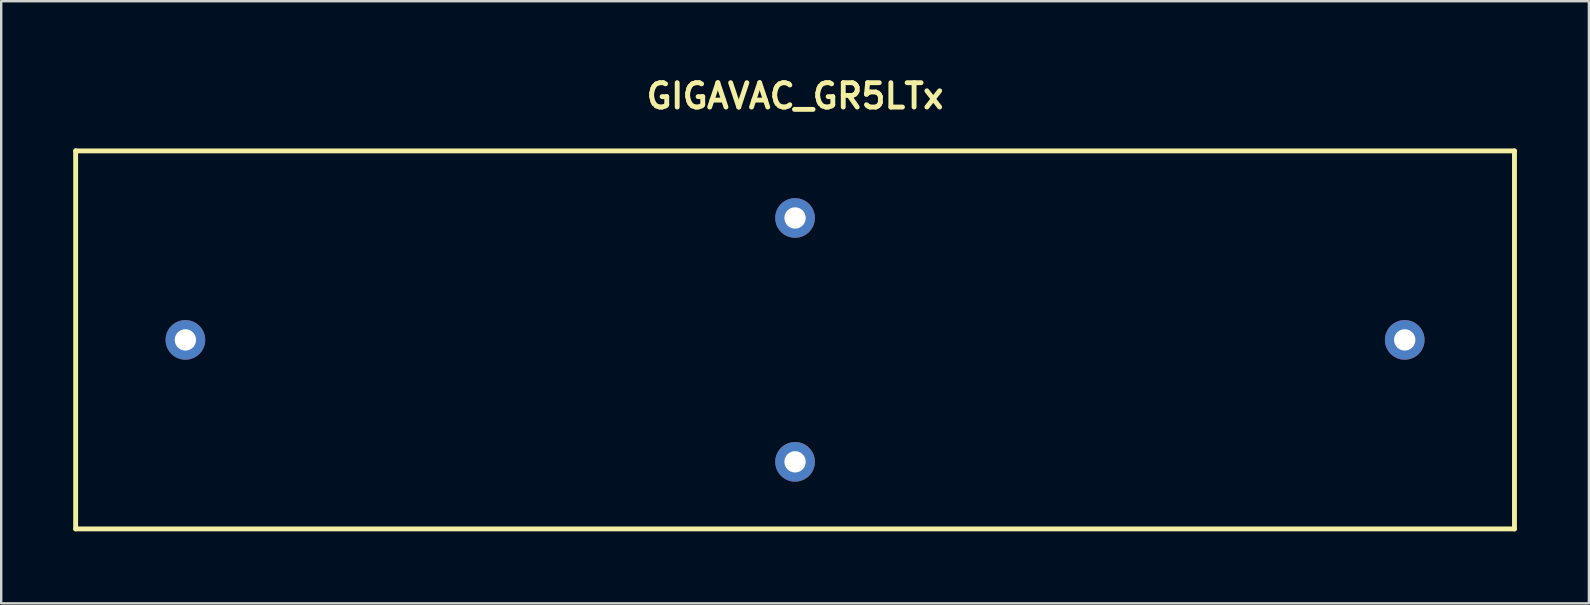
<source format=kicad_pcb>
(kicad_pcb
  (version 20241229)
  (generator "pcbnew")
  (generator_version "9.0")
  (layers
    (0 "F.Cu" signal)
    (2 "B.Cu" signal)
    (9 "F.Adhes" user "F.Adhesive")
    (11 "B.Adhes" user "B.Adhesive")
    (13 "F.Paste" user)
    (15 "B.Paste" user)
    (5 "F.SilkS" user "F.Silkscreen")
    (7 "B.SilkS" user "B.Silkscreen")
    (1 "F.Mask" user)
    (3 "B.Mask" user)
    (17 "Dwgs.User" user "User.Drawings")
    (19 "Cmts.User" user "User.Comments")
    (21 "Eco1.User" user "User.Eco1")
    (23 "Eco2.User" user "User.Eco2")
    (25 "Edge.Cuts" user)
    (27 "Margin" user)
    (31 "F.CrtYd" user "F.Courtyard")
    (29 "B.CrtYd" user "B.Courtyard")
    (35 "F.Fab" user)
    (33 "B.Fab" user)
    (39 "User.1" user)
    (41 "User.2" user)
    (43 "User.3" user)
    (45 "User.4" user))
  (footprint "GIGAVAC_GR5LTx"
    (layer "F.Cu")
    (at 30.074 11.111)
    (property "Reference" "GIGAVAC_GR5LTx" (at 0 -10.16 0) (layer "F.SilkS") (effects (font (size 1.016 1.016) (thickness 0.203))))
    (attr through_hole)
    (fp_line (start -29.972 -7.874) (end 29.972 -7.874) (stroke (width 0.203) (type solid)) (layer "F.SilkS"))
    (fp_line (start -29.972 7.874) (end -29.972 -7.874) (stroke (width 0.203) (type solid)) (layer "F.SilkS"))
    (fp_line (start 29.972 -7.874) (end 29.972 7.874) (stroke (width 0.203) (type solid)) (layer "F.SilkS"))
    (fp_line (start 29.972 7.874) (end -29.972 7.874) (stroke (width 0.203) (type solid)) (layer "F.SilkS"))
    (pad "1" thru_hole circle (at -25.4 0) (size 1.651 1.651) (drill 0.889) (layers "*.Cu" "*.Mask"))
    (pad "2" thru_hole circle (at 25.4 0) (size 1.651 1.651) (drill 0.889) (layers "*.Cu" "*.Mask"))
    (pad "3" thru_hole circle (at 0 5.08) (size 1.651 1.651) (drill 0.889) (layers "*.Cu" "*.Mask"))
    (pad "4" thru_hole circle (at 0 -5.08) (size 1.651 1.651) (drill 0.889) (layers "*.Cu" "*.Mask")))
  (gr_rect
    (start -3 -3)
    (end 63.147 22.087)
    (stroke (width 0.1) (type default))
    (fill no)
    (layer "Edge.Cuts")))
</source>
